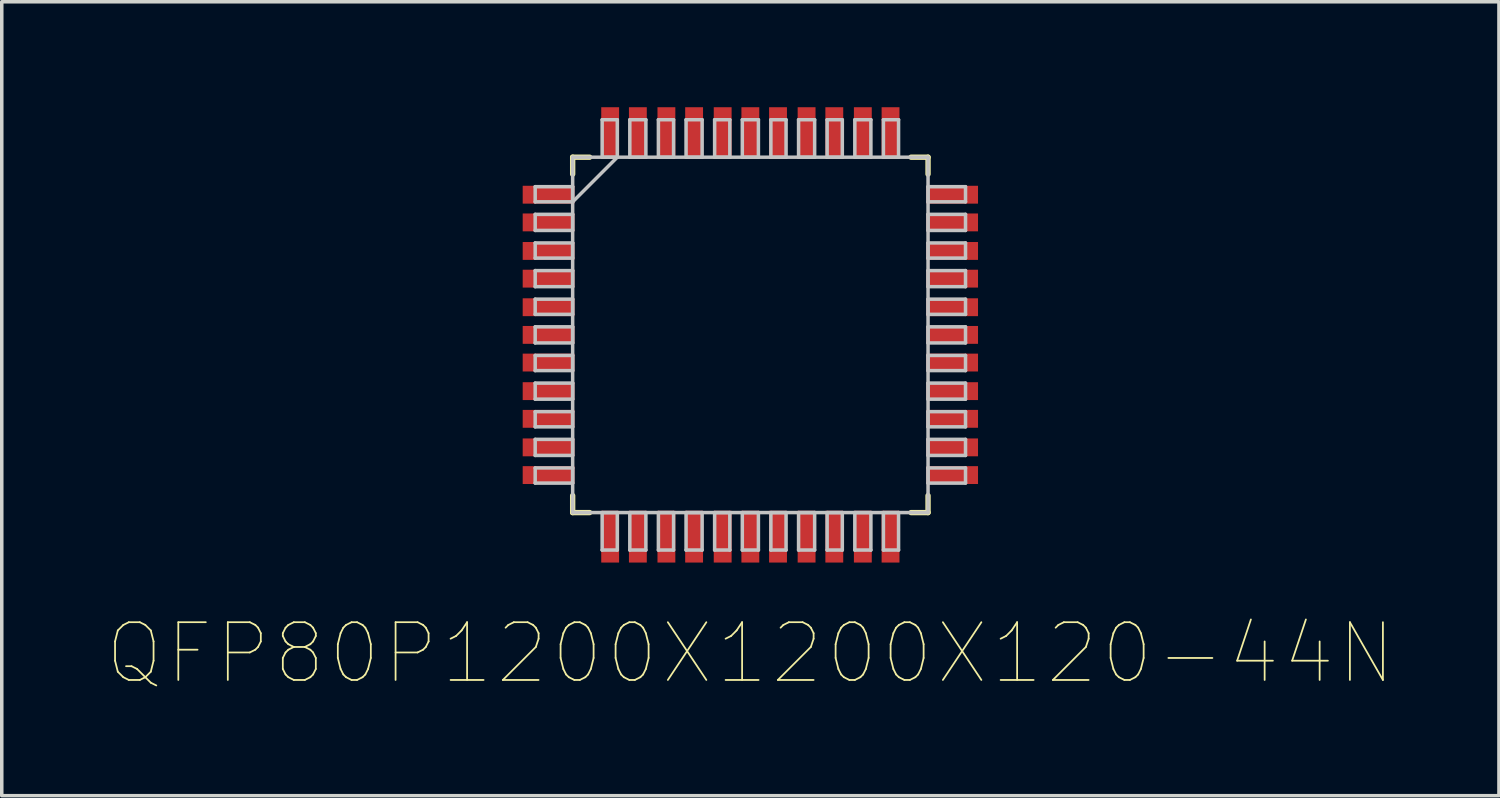
<source format=kicad_pcb>
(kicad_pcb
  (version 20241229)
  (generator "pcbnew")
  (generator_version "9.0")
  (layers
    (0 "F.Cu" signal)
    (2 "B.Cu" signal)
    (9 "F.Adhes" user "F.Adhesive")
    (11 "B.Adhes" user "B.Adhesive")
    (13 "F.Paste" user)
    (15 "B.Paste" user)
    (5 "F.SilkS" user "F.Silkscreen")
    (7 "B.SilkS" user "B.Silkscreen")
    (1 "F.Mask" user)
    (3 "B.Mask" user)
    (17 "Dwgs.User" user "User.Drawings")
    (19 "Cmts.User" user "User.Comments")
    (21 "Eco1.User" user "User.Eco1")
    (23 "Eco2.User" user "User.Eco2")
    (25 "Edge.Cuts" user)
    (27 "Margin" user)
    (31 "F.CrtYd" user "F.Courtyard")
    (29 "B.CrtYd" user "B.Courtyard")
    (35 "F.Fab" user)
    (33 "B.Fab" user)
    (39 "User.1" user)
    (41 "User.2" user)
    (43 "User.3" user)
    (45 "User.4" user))
  (footprint "QFP80P1200X1200X120-44N"
    (layer "F.Cu")
    (at 18.296 6.477)
    (property "Reference" "QFP80P1200X1200X120-44N" (at -0.00001 9.059 0) (layer "F.SilkS") (effects (font (size 1.643 1.643) (thickness 0.05))))
    (attr smd)
    (fp_line (start -5.055 -5.055) (end -5.055 -4.572) (stroke (width 0.152) (type solid)) (layer "F.SilkS"))
    (fp_line (start -5.055 4.572) (end -5.055 5.055) (stroke (width 0.152) (type solid)) (layer "F.SilkS"))
    (fp_line (start -5.055 5.055) (end -4.572 5.055) (stroke (width 0.152) (type solid)) (layer "F.SilkS"))
    (fp_line (start -4.572 -5.055) (end -5.055 -5.055) (stroke (width 0.152) (type solid)) (layer "F.SilkS"))
    (fp_line (start 4.572 5.055) (end 5.055 5.055) (stroke (width 0.152) (type solid)) (layer "F.SilkS"))
    (fp_line (start 5.055 -5.055) (end 4.572 -5.055) (stroke (width 0.152) (type solid)) (layer "F.SilkS"))
    (fp_line (start 5.055 -4.572) (end 5.055 -5.055) (stroke (width 0.152) (type solid)) (layer "F.SilkS"))
    (fp_line (start 5.055 5.055) (end 5.055 4.572) (stroke (width 0.152) (type solid)) (layer "F.SilkS"))
    (fp_line (start -6.121 -4.216) (end -6.121 -3.785) (stroke (width 0.1) (type solid)) (layer "Dwgs.User"))
    (fp_line (start -6.121 -3.785) (end -5.055 -3.785) (stroke (width 0.1) (type solid)) (layer "Dwgs.User"))
    (fp_line (start -6.121 -3.429) (end -6.121 -2.972) (stroke (width 0.1) (type solid)) (layer "Dwgs.User"))
    (fp_line (start -6.121 -2.972) (end -5.055 -2.972) (stroke (width 0.1) (type solid)) (layer "Dwgs.User"))
    (fp_line (start -6.121 -2.616) (end -6.121 -2.184) (stroke (width 0.1) (type solid)) (layer "Dwgs.User"))
    (fp_line (start -6.121 -2.184) (end -5.055 -2.184) (stroke (width 0.1) (type solid)) (layer "Dwgs.User"))
    (fp_line (start -6.121 -1.829) (end -6.121 -1.372) (stroke (width 0.1) (type solid)) (layer "Dwgs.User"))
    (fp_line (start -6.121 -1.372) (end -5.055 -1.372) (stroke (width 0.1) (type solid)) (layer "Dwgs.User"))
    (fp_line (start -6.121 -1.016) (end -6.121 -0.584) (stroke (width 0.1) (type solid)) (layer "Dwgs.User"))
    (fp_line (start -6.121 -0.584) (end -5.055 -0.584) (stroke (width 0.1) (type solid)) (layer "Dwgs.User"))
    (fp_line (start -6.121 -0.229) (end -6.121 0.229) (stroke (width 0.1) (type solid)) (layer "Dwgs.User"))
    (fp_line (start -6.121 0.229) (end -5.055 0.229) (stroke (width 0.1) (type solid)) (layer "Dwgs.User"))
    (fp_line (start -6.121 0.584) (end -6.121 1.016) (stroke (width 0.1) (type solid)) (layer "Dwgs.User"))
    (fp_line (start -6.121 1.016) (end -5.055 1.016) (stroke (width 0.1) (type solid)) (layer "Dwgs.User"))
    (fp_line (start -6.121 1.372) (end -6.121 1.829) (stroke (width 0.1) (type solid)) (layer "Dwgs.User"))
    (fp_line (start -6.121 1.829) (end -5.055 1.829) (stroke (width 0.1) (type solid)) (layer "Dwgs.User"))
    (fp_line (start -6.121 2.184) (end -6.121 2.616) (stroke (width 0.1) (type solid)) (layer "Dwgs.User"))
    (fp_line (start -6.121 2.616) (end -5.055 2.616) (stroke (width 0.1) (type solid)) (layer "Dwgs.User"))
    (fp_line (start -6.121 2.972) (end -6.121 3.429) (stroke (width 0.1) (type solid)) (layer "Dwgs.User"))
    (fp_line (start -6.121 3.429) (end -5.055 3.429) (stroke (width 0.1) (type solid)) (layer "Dwgs.User"))
    (fp_line (start -6.121 3.785) (end -6.121 4.216) (stroke (width 0.1) (type solid)) (layer "Dwgs.User"))
    (fp_line (start -6.121 4.216) (end -5.055 4.216) (stroke (width 0.1) (type solid)) (layer "Dwgs.User"))
    (fp_line (start -5.055 -5.055) (end -5.055 5.055) (stroke (width 0.1) (type solid)) (layer "Dwgs.User"))
    (fp_line (start -5.055 -4.216) (end -6.121 -4.216) (stroke (width 0.1) (type solid)) (layer "Dwgs.User"))
    (fp_line (start -5.055 -3.785) (end -5.055 -4.216) (stroke (width 0.1) (type solid)) (layer "Dwgs.User"))
    (fp_line (start -5.055 -3.785) (end -3.785 -5.055) (stroke (width 0.1) (type solid)) (layer "Dwgs.User"))
    (fp_line (start -5.055 -3.429) (end -6.121 -3.429) (stroke (width 0.1) (type solid)) (layer "Dwgs.User"))
    (fp_line (start -5.055 -2.972) (end -5.055 -3.429) (stroke (width 0.1) (type solid)) (layer "Dwgs.User"))
    (fp_line (start -5.055 -2.616) (end -6.121 -2.616) (stroke (width 0.1) (type solid)) (layer "Dwgs.User"))
    (fp_line (start -5.055 -2.184) (end -5.055 -2.616) (stroke (width 0.1) (type solid)) (layer "Dwgs.User"))
    (fp_line (start -5.055 -1.829) (end -6.121 -1.829) (stroke (width 0.1) (type solid)) (layer "Dwgs.User"))
    (fp_line (start -5.055 -1.372) (end -5.055 -1.829) (stroke (width 0.1) (type solid)) (layer "Dwgs.User"))
    (fp_line (start -5.055 -1.016) (end -6.121 -1.016) (stroke (width 0.1) (type solid)) (layer "Dwgs.User"))
    (fp_line (start -5.055 -0.584) (end -5.055 -1.016) (stroke (width 0.1) (type solid)) (layer "Dwgs.User"))
    (fp_line (start -5.055 -0.229) (end -6.121 -0.229) (stroke (width 0.1) (type solid)) (layer "Dwgs.User"))
    (fp_line (start -5.055 0.229) (end -5.055 -0.229) (stroke (width 0.1) (type solid)) (layer "Dwgs.User"))
    (fp_line (start -5.055 0.584) (end -6.121 0.584) (stroke (width 0.1) (type solid)) (layer "Dwgs.User"))
    (fp_line (start -5.055 1.016) (end -5.055 0.584) (stroke (width 0.1) (type solid)) (layer "Dwgs.User"))
    (fp_line (start -5.055 1.372) (end -6.121 1.372) (stroke (width 0.1) (type solid)) (layer "Dwgs.User"))
    (fp_line (start -5.055 1.829) (end -5.055 1.372) (stroke (width 0.1) (type solid)) (layer "Dwgs.User"))
    (fp_line (start -5.055 2.184) (end -6.121 2.184) (stroke (width 0.1) (type solid)) (layer "Dwgs.User"))
    (fp_line (start -5.055 2.616) (end -5.055 2.184) (stroke (width 0.1) (type solid)) (layer "Dwgs.User"))
    (fp_line (start -5.055 2.972) (end -6.121 2.972) (stroke (width 0.1) (type solid)) (layer "Dwgs.User"))
    (fp_line (start -5.055 3.429) (end -5.055 2.972) (stroke (width 0.1) (type solid)) (layer "Dwgs.User"))
    (fp_line (start -5.055 3.785) (end -6.121 3.785) (stroke (width 0.1) (type solid)) (layer "Dwgs.User"))
    (fp_line (start -5.055 4.216) (end -5.055 3.785) (stroke (width 0.1) (type solid)) (layer "Dwgs.User"))
    (fp_line (start -5.055 5.055) (end 5.055 5.055) (stroke (width 0.1) (type solid)) (layer "Dwgs.User"))
    (fp_line (start -4.216 -6.121) (end -4.216 -5.055) (stroke (width 0.1) (type solid)) (layer "Dwgs.User"))
    (fp_line (start -4.216 -5.055) (end -3.785 -5.055) (stroke (width 0.1) (type solid)) (layer "Dwgs.User"))
    (fp_line (start -4.216 5.055) (end -4.216 6.121) (stroke (width 0.1) (type solid)) (layer "Dwgs.User"))
    (fp_line (start -4.216 6.121) (end -3.785 6.121) (stroke (width 0.1) (type solid)) (layer "Dwgs.User"))
    (fp_line (start -3.785 -6.121) (end -4.216 -6.121) (stroke (width 0.1) (type solid)) (layer "Dwgs.User"))
    (fp_line (start -3.785 -5.055) (end -3.785 -6.121) (stroke (width 0.1) (type solid)) (layer "Dwgs.User"))
    (fp_line (start -3.785 5.055) (end -4.216 5.055) (stroke (width 0.1) (type solid)) (layer "Dwgs.User"))
    (fp_line (start -3.785 6.121) (end -3.785 5.055) (stroke (width 0.1) (type solid)) (layer "Dwgs.User"))
    (fp_line (start -3.429 -6.121) (end -3.429 -5.055) (stroke (width 0.1) (type solid)) (layer "Dwgs.User"))
    (fp_line (start -3.429 -5.055) (end -2.972 -5.055) (stroke (width 0.1) (type solid)) (layer "Dwgs.User"))
    (fp_line (start -3.429 5.055) (end -3.429 6.121) (stroke (width 0.1) (type solid)) (layer "Dwgs.User"))
    (fp_line (start -3.429 6.121) (end -2.972 6.121) (stroke (width 0.1) (type solid)) (layer "Dwgs.User"))
    (fp_line (start -2.972 -6.121) (end -3.429 -6.121) (stroke (width 0.1) (type solid)) (layer "Dwgs.User"))
    (fp_line (start -2.972 -5.055) (end -2.972 -6.121) (stroke (width 0.1) (type solid)) (layer "Dwgs.User"))
    (fp_line (start -2.972 5.055) (end -3.429 5.055) (stroke (width 0.1) (type solid)) (layer "Dwgs.User"))
    (fp_line (start -2.972 6.121) (end -2.972 5.055) (stroke (width 0.1) (type solid)) (layer "Dwgs.User"))
    (fp_line (start -2.616 -6.121) (end -2.616 -5.055) (stroke (width 0.1) (type solid)) (layer "Dwgs.User"))
    (fp_line (start -2.616 -5.055) (end -2.184 -5.055) (stroke (width 0.1) (type solid)) (layer "Dwgs.User"))
    (fp_line (start -2.616 5.055) (end -2.616 6.121) (stroke (width 0.1) (type solid)) (layer "Dwgs.User"))
    (fp_line (start -2.616 6.121) (end -2.184 6.121) (stroke (width 0.1) (type solid)) (layer "Dwgs.User"))
    (fp_line (start -2.184 -6.121) (end -2.616 -6.121) (stroke (width 0.1) (type solid)) (layer "Dwgs.User"))
    (fp_line (start -2.184 -5.055) (end -2.184 -6.121) (stroke (width 0.1) (type solid)) (layer "Dwgs.User"))
    (fp_line (start -2.184 5.055) (end -2.616 5.055) (stroke (width 0.1) (type solid)) (layer "Dwgs.User"))
    (fp_line (start -2.184 6.121) (end -2.184 5.055) (stroke (width 0.1) (type solid)) (layer "Dwgs.User"))
    (fp_line (start -1.829 -6.121) (end -1.829 -5.055) (stroke (width 0.1) (type solid)) (layer "Dwgs.User"))
    (fp_line (start -1.829 -5.055) (end -1.372 -5.055) (stroke (width 0.1) (type solid)) (layer "Dwgs.User"))
    (fp_line (start -1.829 5.055) (end -1.829 6.121) (stroke (width 0.1) (type solid)) (layer "Dwgs.User"))
    (fp_line (start -1.829 6.121) (end -1.372 6.121) (stroke (width 0.1) (type solid)) (layer "Dwgs.User"))
    (fp_line (start -1.372 -6.121) (end -1.829 -6.121) (stroke (width 0.1) (type solid)) (layer "Dwgs.User"))
    (fp_line (start -1.372 -5.055) (end -1.372 -6.121) (stroke (width 0.1) (type solid)) (layer "Dwgs.User"))
    (fp_line (start -1.372 5.055) (end -1.829 5.055) (stroke (width 0.1) (type solid)) (layer "Dwgs.User"))
    (fp_line (start -1.372 6.121) (end -1.372 5.055) (stroke (width 0.1) (type solid)) (layer "Dwgs.User"))
    (fp_line (start -1.016 -6.121) (end -1.016 -5.055) (stroke (width 0.1) (type solid)) (layer "Dwgs.User"))
    (fp_line (start -1.016 -5.055) (end -0.584 -5.055) (stroke (width 0.1) (type solid)) (layer "Dwgs.User"))
    (fp_line (start -1.016 5.055) (end -1.016 6.121) (stroke (width 0.1) (type solid)) (layer "Dwgs.User"))
    (fp_line (start -1.016 6.121) (end -0.584 6.121) (stroke (width 0.1) (type solid)) (layer "Dwgs.User"))
    (fp_line (start -0.584 -6.121) (end -1.016 -6.121) (stroke (width 0.1) (type solid)) (layer "Dwgs.User"))
    (fp_line (start -0.584 -5.055) (end -0.584 -6.121) (stroke (width 0.1) (type solid)) (layer "Dwgs.User"))
    (fp_line (start -0.584 5.055) (end -1.016 5.055) (stroke (width 0.1) (type solid)) (layer "Dwgs.User"))
    (fp_line (start -0.584 6.121) (end -0.584 5.055) (stroke (width 0.1) (type solid)) (layer "Dwgs.User"))
    (fp_line (start -0.229 -6.121) (end -0.229 -5.055) (stroke (width 0.1) (type solid)) (layer "Dwgs.User"))
    (fp_line (start -0.229 -5.055) (end 0.229 -5.055) (stroke (width 0.1) (type solid)) (layer "Dwgs.User"))
    (fp_line (start -0.229 5.055) (end -0.229 6.121) (stroke (width 0.1) (type solid)) (layer "Dwgs.User"))
    (fp_line (start -0.229 6.121) (end 0.229 6.121) (stroke (width 0.1) (type solid)) (layer "Dwgs.User"))
    (fp_line (start 0.229 -6.121) (end -0.229 -6.121) (stroke (width 0.1) (type solid)) (layer "Dwgs.User"))
    (fp_line (start 0.229 -5.055) (end 0.229 -6.121) (stroke (width 0.1) (type solid)) (layer "Dwgs.User"))
    (fp_line (start 0.229 5.055) (end -0.229 5.055) (stroke (width 0.1) (type solid)) (layer "Dwgs.User"))
    (fp_line (start 0.229 6.121) (end 0.229 5.055) (stroke (width 0.1) (type solid)) (layer "Dwgs.User"))
    (fp_line (start 0.584 -6.121) (end 0.584 -5.055) (stroke (width 0.1) (type solid)) (layer "Dwgs.User"))
    (fp_line (start 0.584 -5.055) (end 1.016 -5.055) (stroke (width 0.1) (type solid)) (layer "Dwgs.User"))
    (fp_line (start 0.584 5.055) (end 0.584 6.121) (stroke (width 0.1) (type solid)) (layer "Dwgs.User"))
    (fp_line (start 0.584 6.121) (end 1.016 6.121) (stroke (width 0.1) (type solid)) (layer "Dwgs.User"))
    (fp_line (start 1.016 -6.121) (end 0.584 -6.121) (stroke (width 0.1) (type solid)) (layer "Dwgs.User"))
    (fp_line (start 1.016 -5.055) (end 1.016 -6.121) (stroke (width 0.1) (type solid)) (layer "Dwgs.User"))
    (fp_line (start 1.016 5.055) (end 0.584 5.055) (stroke (width 0.1) (type solid)) (layer "Dwgs.User"))
    (fp_line (start 1.016 6.121) (end 1.016 5.055) (stroke (width 0.1) (type solid)) (layer "Dwgs.User"))
    (fp_line (start 1.372 -6.121) (end 1.372 -5.055) (stroke (width 0.1) (type solid)) (layer "Dwgs.User"))
    (fp_line (start 1.372 -5.055) (end 1.829 -5.055) (stroke (width 0.1) (type solid)) (layer "Dwgs.User"))
    (fp_line (start 1.372 5.055) (end 1.372 6.121) (stroke (width 0.1) (type solid)) (layer "Dwgs.User"))
    (fp_line (start 1.372 6.121) (end 1.829 6.121) (stroke (width 0.1) (type solid)) (layer "Dwgs.User"))
    (fp_line (start 1.829 -6.121) (end 1.372 -6.121) (stroke (width 0.1) (type solid)) (layer "Dwgs.User"))
    (fp_line (start 1.829 -5.055) (end 1.829 -6.121) (stroke (width 0.1) (type solid)) (layer "Dwgs.User"))
    (fp_line (start 1.829 5.055) (end 1.372 5.055) (stroke (width 0.1) (type solid)) (layer "Dwgs.User"))
    (fp_line (start 1.829 6.121) (end 1.829 5.055) (stroke (width 0.1) (type solid)) (layer "Dwgs.User"))
    (fp_line (start 2.184 -6.121) (end 2.184 -5.055) (stroke (width 0.1) (type solid)) (layer "Dwgs.User"))
    (fp_line (start 2.184 -5.055) (end 2.616 -5.055) (stroke (width 0.1) (type solid)) (layer "Dwgs.User"))
    (fp_line (start 2.184 5.055) (end 2.184 6.121) (stroke (width 0.1) (type solid)) (layer "Dwgs.User"))
    (fp_line (start 2.184 6.121) (end 2.616 6.121) (stroke (width 0.1) (type solid)) (layer "Dwgs.User"))
    (fp_line (start 2.616 -6.121) (end 2.184 -6.121) (stroke (width 0.1) (type solid)) (layer "Dwgs.User"))
    (fp_line (start 2.616 -5.055) (end 2.616 -6.121) (stroke (width 0.1) (type solid)) (layer "Dwgs.User"))
    (fp_line (start 2.616 5.055) (end 2.184 5.055) (stroke (width 0.1) (type solid)) (layer "Dwgs.User"))
    (fp_line (start 2.616 6.121) (end 2.616 5.055) (stroke (width 0.1) (type solid)) (layer "Dwgs.User"))
    (fp_line (start 2.972 -6.121) (end 2.972 -5.055) (stroke (width 0.1) (type solid)) (layer "Dwgs.User"))
    (fp_line (start 2.972 -5.055) (end 3.429 -5.055) (stroke (width 0.1) (type solid)) (layer "Dwgs.User"))
    (fp_line (start 2.972 5.055) (end 2.972 6.121) (stroke (width 0.1) (type solid)) (layer "Dwgs.User"))
    (fp_line (start 2.972 6.121) (end 3.429 6.121) (stroke (width 0.1) (type solid)) (layer "Dwgs.User"))
    (fp_line (start 3.429 -6.121) (end 2.972 -6.121) (stroke (width 0.1) (type solid)) (layer "Dwgs.User"))
    (fp_line (start 3.429 -5.055) (end 3.429 -6.121) (stroke (width 0.1) (type solid)) (layer "Dwgs.User"))
    (fp_line (start 3.429 5.055) (end 2.972 5.055) (stroke (width 0.1) (type solid)) (layer "Dwgs.User"))
    (fp_line (start 3.429 6.121) (end 3.429 5.055) (stroke (width 0.1) (type solid)) (layer "Dwgs.User"))
    (fp_line (start 3.785 -6.121) (end 3.785 -5.055) (stroke (width 0.1) (type solid)) (layer "Dwgs.User"))
    (fp_line (start 3.785 -5.055) (end 4.216 -5.055) (stroke (width 0.1) (type solid)) (layer "Dwgs.User"))
    (fp_line (start 3.785 5.055) (end 3.785 6.121) (stroke (width 0.1) (type solid)) (layer "Dwgs.User"))
    (fp_line (start 3.785 6.121) (end 4.216 6.121) (stroke (width 0.1) (type solid)) (layer "Dwgs.User"))
    (fp_line (start 4.216 -6.121) (end 3.785 -6.121) (stroke (width 0.1) (type solid)) (layer "Dwgs.User"))
    (fp_line (start 4.216 -5.055) (end 4.216 -6.121) (stroke (width 0.1) (type solid)) (layer "Dwgs.User"))
    (fp_line (start 4.216 5.055) (end 3.785 5.055) (stroke (width 0.1) (type solid)) (layer "Dwgs.User"))
    (fp_line (start 4.216 6.121) (end 4.216 5.055) (stroke (width 0.1) (type solid)) (layer "Dwgs.User"))
    (fp_line (start 5.055 -5.055) (end -5.055 -5.055) (stroke (width 0.1) (type solid)) (layer "Dwgs.User"))
    (fp_line (start 5.055 -4.216) (end 5.055 -3.785) (stroke (width 0.1) (type solid)) (layer "Dwgs.User"))
    (fp_line (start 5.055 -3.785) (end 6.121 -3.785) (stroke (width 0.1) (type solid)) (layer "Dwgs.User"))
    (fp_line (start 5.055 -3.429) (end 5.055 -2.972) (stroke (width 0.1) (type solid)) (layer "Dwgs.User"))
    (fp_line (start 5.055 -2.972) (end 6.121 -2.972) (stroke (width 0.1) (type solid)) (layer "Dwgs.User"))
    (fp_line (start 5.055 -2.616) (end 5.055 -2.184) (stroke (width 0.1) (type solid)) (layer "Dwgs.User"))
    (fp_line (start 5.055 -2.184) (end 6.121 -2.184) (stroke (width 0.1) (type solid)) (layer "Dwgs.User"))
    (fp_line (start 5.055 -1.829) (end 5.055 -1.372) (stroke (width 0.1) (type solid)) (layer "Dwgs.User"))
    (fp_line (start 5.055 -1.372) (end 6.121 -1.372) (stroke (width 0.1) (type solid)) (layer "Dwgs.User"))
    (fp_line (start 5.055 -1.016) (end 5.055 -0.584) (stroke (width 0.1) (type solid)) (layer "Dwgs.User"))
    (fp_line (start 5.055 -0.584) (end 6.121 -0.584) (stroke (width 0.1) (type solid)) (layer "Dwgs.User"))
    (fp_line (start 5.055 -0.229) (end 5.055 0.229) (stroke (width 0.1) (type solid)) (layer "Dwgs.User"))
    (fp_line (start 5.055 0.229) (end 6.121 0.229) (stroke (width 0.1) (type solid)) (layer "Dwgs.User"))
    (fp_line (start 5.055 0.584) (end 5.055 1.016) (stroke (width 0.1) (type solid)) (layer "Dwgs.User"))
    (fp_line (start 5.055 1.016) (end 6.121 1.016) (stroke (width 0.1) (type solid)) (layer "Dwgs.User"))
    (fp_line (start 5.055 1.372) (end 5.055 1.829) (stroke (width 0.1) (type solid)) (layer "Dwgs.User"))
    (fp_line (start 5.055 1.829) (end 6.121 1.829) (stroke (width 0.1) (type solid)) (layer "Dwgs.User"))
    (fp_line (start 5.055 2.184) (end 5.055 2.616) (stroke (width 0.1) (type solid)) (layer "Dwgs.User"))
    (fp_line (start 5.055 2.616) (end 6.121 2.616) (stroke (width 0.1) (type solid)) (layer "Dwgs.User"))
    (fp_line (start 5.055 2.972) (end 5.055 3.429) (stroke (width 0.1) (type solid)) (layer "Dwgs.User"))
    (fp_line (start 5.055 3.429) (end 6.121 3.429) (stroke (width 0.1) (type solid)) (layer "Dwgs.User"))
    (fp_line (start 5.055 3.785) (end 5.055 4.216) (stroke (width 0.1) (type solid)) (layer "Dwgs.User"))
    (fp_line (start 5.055 4.216) (end 6.121 4.216) (stroke (width 0.1) (type solid)) (layer "Dwgs.User"))
    (fp_line (start 5.055 5.055) (end 5.055 -5.055) (stroke (width 0.1) (type solid)) (layer "Dwgs.User"))
    (fp_line (start 6.121 -4.216) (end 5.055 -4.216) (stroke (width 0.1) (type solid)) (layer "Dwgs.User"))
    (fp_line (start 6.121 -3.785) (end 6.121 -4.216) (stroke (width 0.1) (type solid)) (layer "Dwgs.User"))
    (fp_line (start 6.121 -3.429) (end 5.055 -3.429) (stroke (width 0.1) (type solid)) (layer "Dwgs.User"))
    (fp_line (start 6.121 -2.972) (end 6.121 -3.429) (stroke (width 0.1) (type solid)) (layer "Dwgs.User"))
    (fp_line (start 6.121 -2.616) (end 5.055 -2.616) (stroke (width 0.1) (type solid)) (layer "Dwgs.User"))
    (fp_line (start 6.121 -2.184) (end 6.121 -2.616) (stroke (width 0.1) (type solid)) (layer "Dwgs.User"))
    (fp_line (start 6.121 -1.829) (end 5.055 -1.829) (stroke (width 0.1) (type solid)) (layer "Dwgs.User"))
    (fp_line (start 6.121 -1.372) (end 6.121 -1.829) (stroke (width 0.1) (type solid)) (layer "Dwgs.User"))
    (fp_line (start 6.121 -1.016) (end 5.055 -1.016) (stroke (width 0.1) (type solid)) (layer "Dwgs.User"))
    (fp_line (start 6.121 -0.584) (end 6.121 -1.016) (stroke (width 0.1) (type solid)) (layer "Dwgs.User"))
    (fp_line (start 6.121 -0.229) (end 5.055 -0.229) (stroke (width 0.1) (type solid)) (layer "Dwgs.User"))
    (fp_line (start 6.121 0.229) (end 6.121 -0.229) (stroke (width 0.1) (type solid)) (layer "Dwgs.User"))
    (fp_line (start 6.121 0.584) (end 5.055 0.584) (stroke (width 0.1) (type solid)) (layer "Dwgs.User"))
    (fp_line (start 6.121 1.016) (end 6.121 0.584) (stroke (width 0.1) (type solid)) (layer "Dwgs.User"))
    (fp_line (start 6.121 1.372) (end 5.055 1.372) (stroke (width 0.1) (type solid)) (layer "Dwgs.User"))
    (fp_line (start 6.121 1.829) (end 6.121 1.372) (stroke (width 0.1) (type solid)) (layer "Dwgs.User"))
    (fp_line (start 6.121 2.184) (end 5.055 2.184) (stroke (width 0.1) (type solid)) (layer "Dwgs.User"))
    (fp_line (start 6.121 2.616) (end 6.121 2.184) (stroke (width 0.1) (type solid)) (layer "Dwgs.User"))
    (fp_line (start 6.121 2.972) (end 5.055 2.972) (stroke (width 0.1) (type solid)) (layer "Dwgs.User"))
    (fp_line (start 6.121 3.429) (end 6.121 2.972) (stroke (width 0.1) (type solid)) (layer "Dwgs.User"))
    (fp_line (start 6.121 3.785) (end 5.055 3.785) (stroke (width 0.1) (type solid)) (layer "Dwgs.User"))
    (fp_line (start 6.121 4.216) (end 6.121 3.785) (stroke (width 0.1) (type solid)) (layer "Dwgs.User"))
    (pad "1" smd rect (at -5.74 -3.988 270) (size 0.508 1.473) (layers "F.Cu" "F.Mask" "F.Paste"))
    (pad "2" smd rect (at -5.74 -3.2 270) (size 0.508 1.473) (layers "F.Cu" "F.Mask" "F.Paste"))
    (pad "3" smd rect (at -5.74 -2.388 270) (size 0.508 1.473) (layers "F.Cu" "F.Mask" "F.Paste"))
    (pad "4" smd rect (at -5.74 -1.6 270) (size 0.508 1.473) (layers "F.Cu" "F.Mask" "F.Paste"))
    (pad "5" smd rect (at -5.74 -0.787 270) (size 0.508 1.473) (layers "F.Cu" "F.Mask" "F.Paste"))
    (pad "6" smd rect (at -5.74 0 270) (size 0.508 1.473) (layers "F.Cu" "F.Mask" "F.Paste"))
    (pad "7" smd rect (at -5.74 0.787 270) (size 0.508 1.473) (layers "F.Cu" "F.Mask" "F.Paste"))
    (pad "8" smd rect (at -5.74 1.6 270) (size 0.508 1.473) (layers "F.Cu" "F.Mask" "F.Paste"))
    (pad "9" smd rect (at -5.74 2.388 270) (size 0.508 1.473) (layers "F.Cu" "F.Mask" "F.Paste"))
    (pad "10" smd rect (at -5.74 3.2 270) (size 0.508 1.473) (layers "F.Cu" "F.Mask" "F.Paste"))
    (pad "11" smd rect (at -5.74 3.988 270) (size 0.508 1.473) (layers "F.Cu" "F.Mask" "F.Paste"))
    (pad "12" smd rect (at -3.988 5.74 180) (size 0.508 1.473) (layers "F.Cu" "F.Mask" "F.Paste"))
    (pad "13" smd rect (at -3.2 5.74 180) (size 0.508 1.473) (layers "F.Cu" "F.Mask" "F.Paste"))
    (pad "14" smd rect (at -2.388 5.74 180) (size 0.508 1.473) (layers "F.Cu" "F.Mask" "F.Paste"))
    (pad "15" smd rect (at -1.6 5.74 180) (size 0.508 1.473) (layers "F.Cu" "F.Mask" "F.Paste"))
    (pad "16" smd rect (at -0.787 5.74 180) (size 0.508 1.473) (layers "F.Cu" "F.Mask" "F.Paste"))
    (pad "17" smd rect (at 0 5.74 180) (size 0.508 1.473) (layers "F.Cu" "F.Mask" "F.Paste"))
    (pad "18" smd rect (at 0.787 5.74 180) (size 0.508 1.473) (layers "F.Cu" "F.Mask" "F.Paste"))
    (pad "19" smd rect (at 1.6 5.74 180) (size 0.508 1.473) (layers "F.Cu" "F.Mask" "F.Paste"))
    (pad "20" smd rect (at 2.388 5.74 180) (size 0.508 1.473) (layers "F.Cu" "F.Mask" "F.Paste"))
    (pad "21" smd rect (at 3.2 5.74 180) (size 0.508 1.473) (layers "F.Cu" "F.Mask" "F.Paste"))
    (pad "22" smd rect (at 3.988 5.74 180) (size 0.508 1.473) (layers "F.Cu" "F.Mask" "F.Paste"))
    (pad "23" smd rect (at 5.74 3.988 270) (size 0.508 1.473) (layers "F.Cu" "F.Mask" "F.Paste"))
    (pad "24" smd rect (at 5.74 3.2 270) (size 0.508 1.473) (layers "F.Cu" "F.Mask" "F.Paste"))
    (pad "25" smd rect (at 5.74 2.388 270) (size 0.508 1.473) (layers "F.Cu" "F.Mask" "F.Paste"))
    (pad "26" smd rect (at 5.74 1.6 270) (size 0.508 1.473) (layers "F.Cu" "F.Mask" "F.Paste"))
    (pad "27" smd rect (at 5.74 0.787 270) (size 0.508 1.473) (layers "F.Cu" "F.Mask" "F.Paste"))
    (pad "28" smd rect (at 5.74 0 270) (size 0.508 1.473) (layers "F.Cu" "F.Mask" "F.Paste"))
    (pad "29" smd rect (at 5.74 -0.787 270) (size 0.508 1.473) (layers "F.Cu" "F.Mask" "F.Paste"))
    (pad "30" smd rect (at 5.74 -1.6 270) (size 0.508 1.473) (layers "F.Cu" "F.Mask" "F.Paste"))
    (pad "31" smd rect (at 5.74 -2.388 270) (size 0.508 1.473) (layers "F.Cu" "F.Mask" "F.Paste"))
    (pad "32" smd rect (at 5.74 -3.2 270) (size 0.508 1.473) (layers "F.Cu" "F.Mask" "F.Paste"))
    (pad "33" smd rect (at 5.74 -3.988 270) (size 0.508 1.473) (layers "F.Cu" "F.Mask" "F.Paste"))
    (pad "34" smd rect (at 3.988 -5.74 180) (size 0.508 1.473) (layers "F.Cu" "F.Mask" "F.Paste"))
    (pad "35" smd rect (at 3.2 -5.74 180) (size 0.508 1.473) (layers "F.Cu" "F.Mask" "F.Paste"))
    (pad "36" smd rect (at 2.388 -5.74 180) (size 0.508 1.473) (layers "F.Cu" "F.Mask" "F.Paste"))
    (pad "37" smd rect (at 1.6 -5.74 180) (size 0.508 1.473) (layers "F.Cu" "F.Mask" "F.Paste"))
    (pad "38" smd rect (at 0.787 -5.74 180) (size 0.508 1.473) (layers "F.Cu" "F.Mask" "F.Paste"))
    (pad "39" smd rect (at 0 -5.74 180) (size 0.508 1.473) (layers "F.Cu" "F.Mask" "F.Paste"))
    (pad "40" smd rect (at -0.787 -5.74 180) (size 0.508 1.473) (layers "F.Cu" "F.Mask" "F.Paste"))
    (pad "41" smd rect (at -1.6 -5.74 180) (size 0.508 1.473) (layers "F.Cu" "F.Mask" "F.Paste"))
    (pad "42" smd rect (at -2.388 -5.74 180) (size 0.508 1.473) (layers "F.Cu" "F.Mask" "F.Paste"))
    (pad "43" smd rect (at -3.2 -5.74 180) (size 0.508 1.473) (layers "F.Cu" "F.Mask" "F.Paste"))
    (pad "44" smd rect (at -3.988 -5.74 180) (size 0.508 1.473) (layers "F.Cu" "F.Mask" "F.Paste")))
  (gr_rect
    (start -3 -3)
    (end 39.592 19.585)
    (stroke (width 0.1) (type default))
    (fill no)
    (layer "Edge.Cuts")))
</source>
